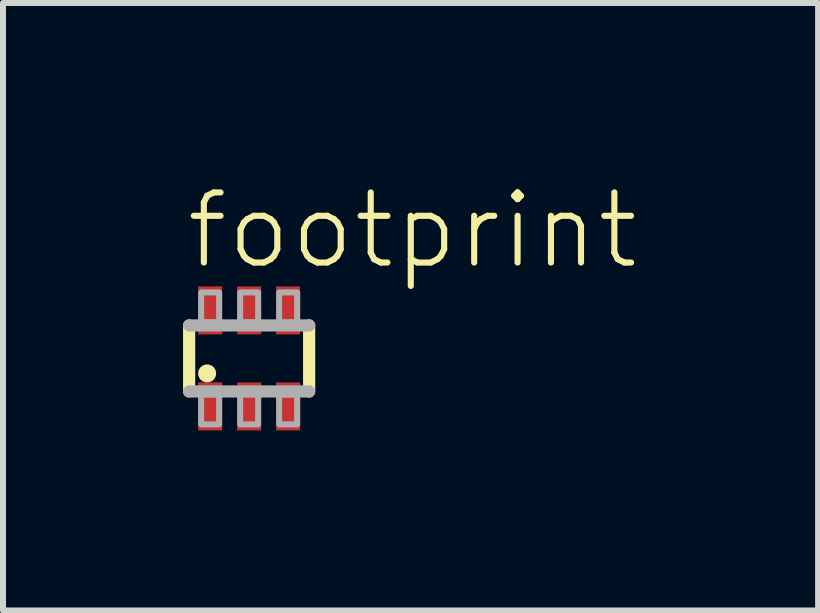
<source format=kicad_pcb>
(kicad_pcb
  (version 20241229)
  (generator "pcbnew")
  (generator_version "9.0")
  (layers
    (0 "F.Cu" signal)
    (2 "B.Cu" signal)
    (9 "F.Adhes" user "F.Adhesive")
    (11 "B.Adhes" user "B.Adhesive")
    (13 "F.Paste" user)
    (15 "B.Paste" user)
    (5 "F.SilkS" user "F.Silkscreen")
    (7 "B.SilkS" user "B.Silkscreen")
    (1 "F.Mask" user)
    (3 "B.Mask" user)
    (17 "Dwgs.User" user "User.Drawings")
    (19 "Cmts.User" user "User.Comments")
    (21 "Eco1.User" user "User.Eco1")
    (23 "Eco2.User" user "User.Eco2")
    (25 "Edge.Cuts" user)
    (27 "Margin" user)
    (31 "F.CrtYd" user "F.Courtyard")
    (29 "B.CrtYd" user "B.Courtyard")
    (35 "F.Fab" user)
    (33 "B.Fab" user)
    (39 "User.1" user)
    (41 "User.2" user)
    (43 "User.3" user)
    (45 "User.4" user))
  (footprint "footprint"
    (layer "F.Cu")
    (at 1.102 2.923)
    (property "Reference" "footprint" (at -1.1 -1.45 0) (layer "F.SilkS") (effects (font (size 1.168 1.168) (thickness 0.102)) (justify left bottom)))
    (fp_line (start -1 0.55) (end -1 -0.55) (stroke (width 0.203) (type solid)) (layer "F.SilkS"))
    (fp_line (start 1 -0.55) (end 1 0.55) (stroke (width 0.203) (type solid)) (layer "F.SilkS"))
    (fp_circle (center -0.7 0.25) (end -0.625 0.25) (stroke (width 0.15) (type solid)) (fill yes) (layer "F.SilkS"))
    (fp_line (start -1 -0.55) (end 1 -0.55) (stroke (width 0.203) (type solid)) (layer "F.Fab"))
    (fp_line (start 1 0.55) (end -1 0.55) (stroke (width 0.203) (type solid)) (layer "F.Fab"))
    (fp_poly (pts (xy -0.8 -0.6) (xy -0.5 -0.6) (xy -0.5 -1.1) (xy -0.8 -1.1)) (stroke (width 0.1) (type solid)) (fill no) (layer "F.Fab"))
    (fp_poly (pts (xy -0.8 1.1) (xy -0.5 1.1) (xy -0.5 0.6) (xy -0.8 0.6)) (stroke (width 0.1) (type solid)) (fill no) (layer "F.Fab"))
    (fp_poly (pts (xy -0.15 -0.6) (xy 0.15 -0.6) (xy 0.15 -1.1) (xy -0.15 -1.1)) (stroke (width 0.1) (type solid)) (fill no) (layer "F.Fab"))
    (fp_poly (pts (xy -0.15 1.1) (xy 0.15 1.1) (xy 0.15 0.6) (xy -0.15 0.6)) (stroke (width 0.1) (type solid)) (fill no) (layer "F.Fab"))
    (fp_poly (pts (xy 0.5 -0.6) (xy 0.8 -0.6) (xy 0.8 -1.1) (xy 0.5 -1.1)) (stroke (width 0.1) (type solid)) (fill no) (layer "F.Fab"))
    (fp_poly (pts (xy 0.5 1.1) (xy 0.8 1.1) (xy 0.8 0.6) (xy 0.5 0.6)) (stroke (width 0.1) (type solid)) (fill no) (layer "F.Fab"))
    (pad "1" smd rect (at -0.65 0.8) (size 0.4 0.8) (layers "F.Cu" "F.Mask" "F.Paste"))
    (pad "2" smd rect (at 0 0.8) (size 0.4 0.8) (layers "F.Cu" "F.Mask" "F.Paste"))
    (pad "3" smd rect (at 0.65 0.8) (size 0.4 0.8) (layers "F.Cu" "F.Mask" "F.Paste"))
    (pad "4" smd rect (at 0.65 -0.8) (size 0.4 0.8) (layers "F.Cu" "F.Mask" "F.Paste"))
    (pad "5" smd rect (at 0 -0.8) (size 0.4 0.8) (layers "F.Cu" "F.Mask" "F.Paste"))
    (pad "6" smd rect (at -0.65 -0.8) (size 0.4 0.8) (layers "F.Cu" "F.Mask" "F.Paste")))
  (gr_rect
    (start -3 -3)
    (end 10.584 7.123)
    (stroke (width 0.1) (type default))
    (fill no)
    (layer "Edge.Cuts")))
</source>
